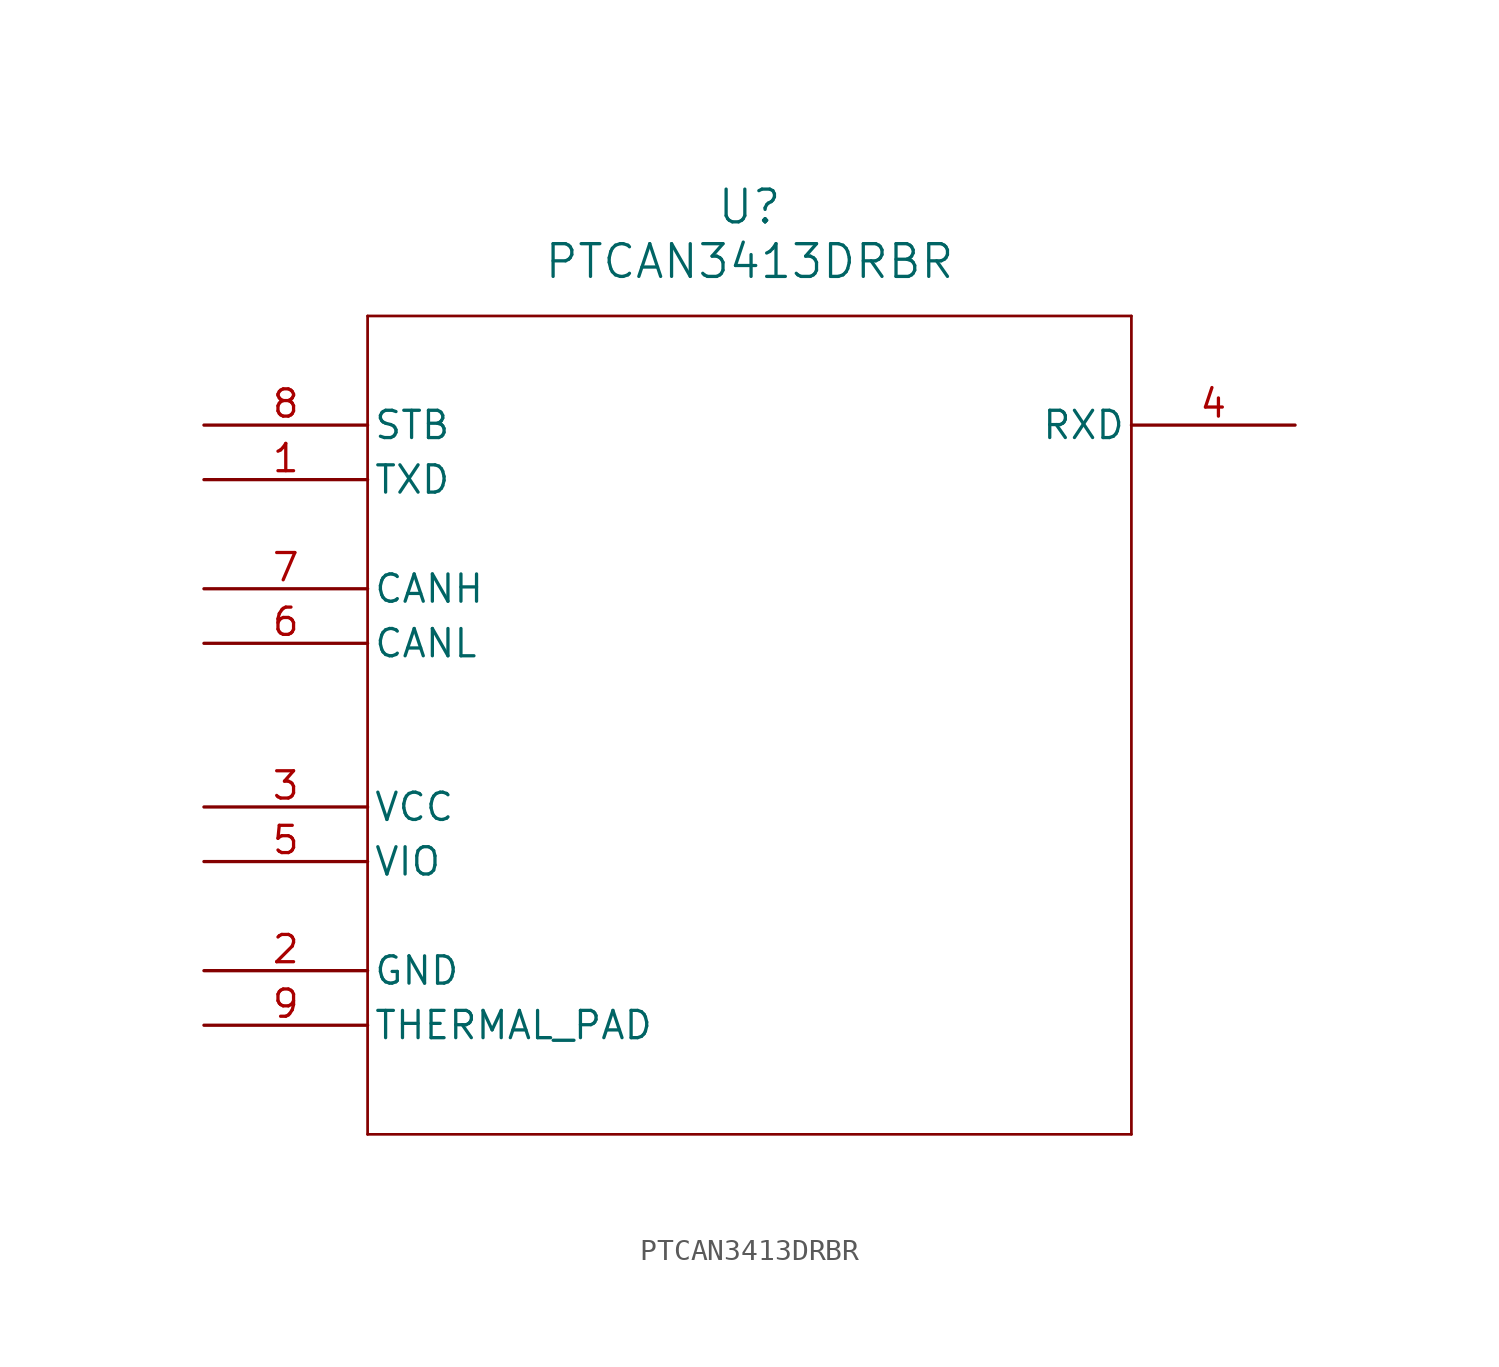
<source format=kicad_sym>
(kicad_symbol_lib
  (version 20211014)
  (generator kicad_symbol_editor)
  (symbol "PTCAN3413DRBR"
    (pin_names
      (offset 0.254))
    (property "Reference" "U"
      (at 25.4 10.16 0)
      (effects (font (size 1.524 1.524))))
    (property "Value" "PTCAN3413DRBR"
      (at 25.4 7.62 0)
      (effects (font (size 1.524 1.524))))
    (symbol "PTCAN3413DRBR_0_1"
      (polyline (pts (xy 7.62 5.08) (xy 7.62 -33.02)) (stroke (width 0.127) (type default) (color 0 0 0 0)) (fill (type none)))
      (polyline (pts (xy 7.62 -33.02) (xy 43.18 -33.02)) (stroke (width 0.127) (type default) (color 0 0 0 0)) (fill (type none)))
      (polyline (pts (xy 43.18 -33.02) (xy 43.18 5.08)) (stroke (width 0.127) (type default) (color 0 0 0 0)) (fill (type none)))
      (polyline (pts (xy 43.18 5.08) (xy 7.62 5.08)) (stroke (width 0.127) (type default) (color 0 0 0 0)) (fill (type none)))
      (pin input line (at 0 -2.54 0) (length 7.62) (name "TXD" (effects (font (size 1.27 1.27)))) (number "1" (effects (font (size 1.27 1.27)))))
      (pin power_out line (at 0 -25.4 0) (length 7.62) (name "GND" (effects (font (size 1.27 1.27)))) (number "2" (effects (font (size 1.27 1.27)))))
      (pin power_in line (at 0 -17.78 0) (length 7.62) (name "VCC" (effects (font (size 1.27 1.27)))) (number "3" (effects (font (size 1.27 1.27)))))
      (pin output line (at 50.8 0 180) (length 7.62) (name "RXD" (effects (font (size 1.27 1.27)))) (number "4" (effects (font (size 1.27 1.27)))))
      (pin power_in line (at 0 -20.32 0) (length 7.62) (name "VIO" (effects (font (size 1.27 1.27)))) (number "5" (effects (font (size 1.27 1.27)))))
      (pin bidirectional line (at 0 -10.16 0) (length 7.62) (name "CANL" (effects (font (size 1.27 1.27)))) (number "6" (effects (font (size 1.27 1.27)))))
      (pin bidirectional line (at 0 -7.62 0) (length 7.62) (name "CANH" (effects (font (size 1.27 1.27)))) (number "7" (effects (font (size 1.27 1.27)))))
      (pin input line (at 0 0 0) (length 7.62) (name "STB" (effects (font (size 1.27 1.27)))) (number "8" (effects (font (size 1.27 1.27)))))
      (pin power_out line (at 0 -27.94 0) (length 7.62) (name "THERMAL PAD" (effects (font (size 1.27 1.27)))) (number "9" (effects (font (size 1.27 1.27))))))))
</source>
